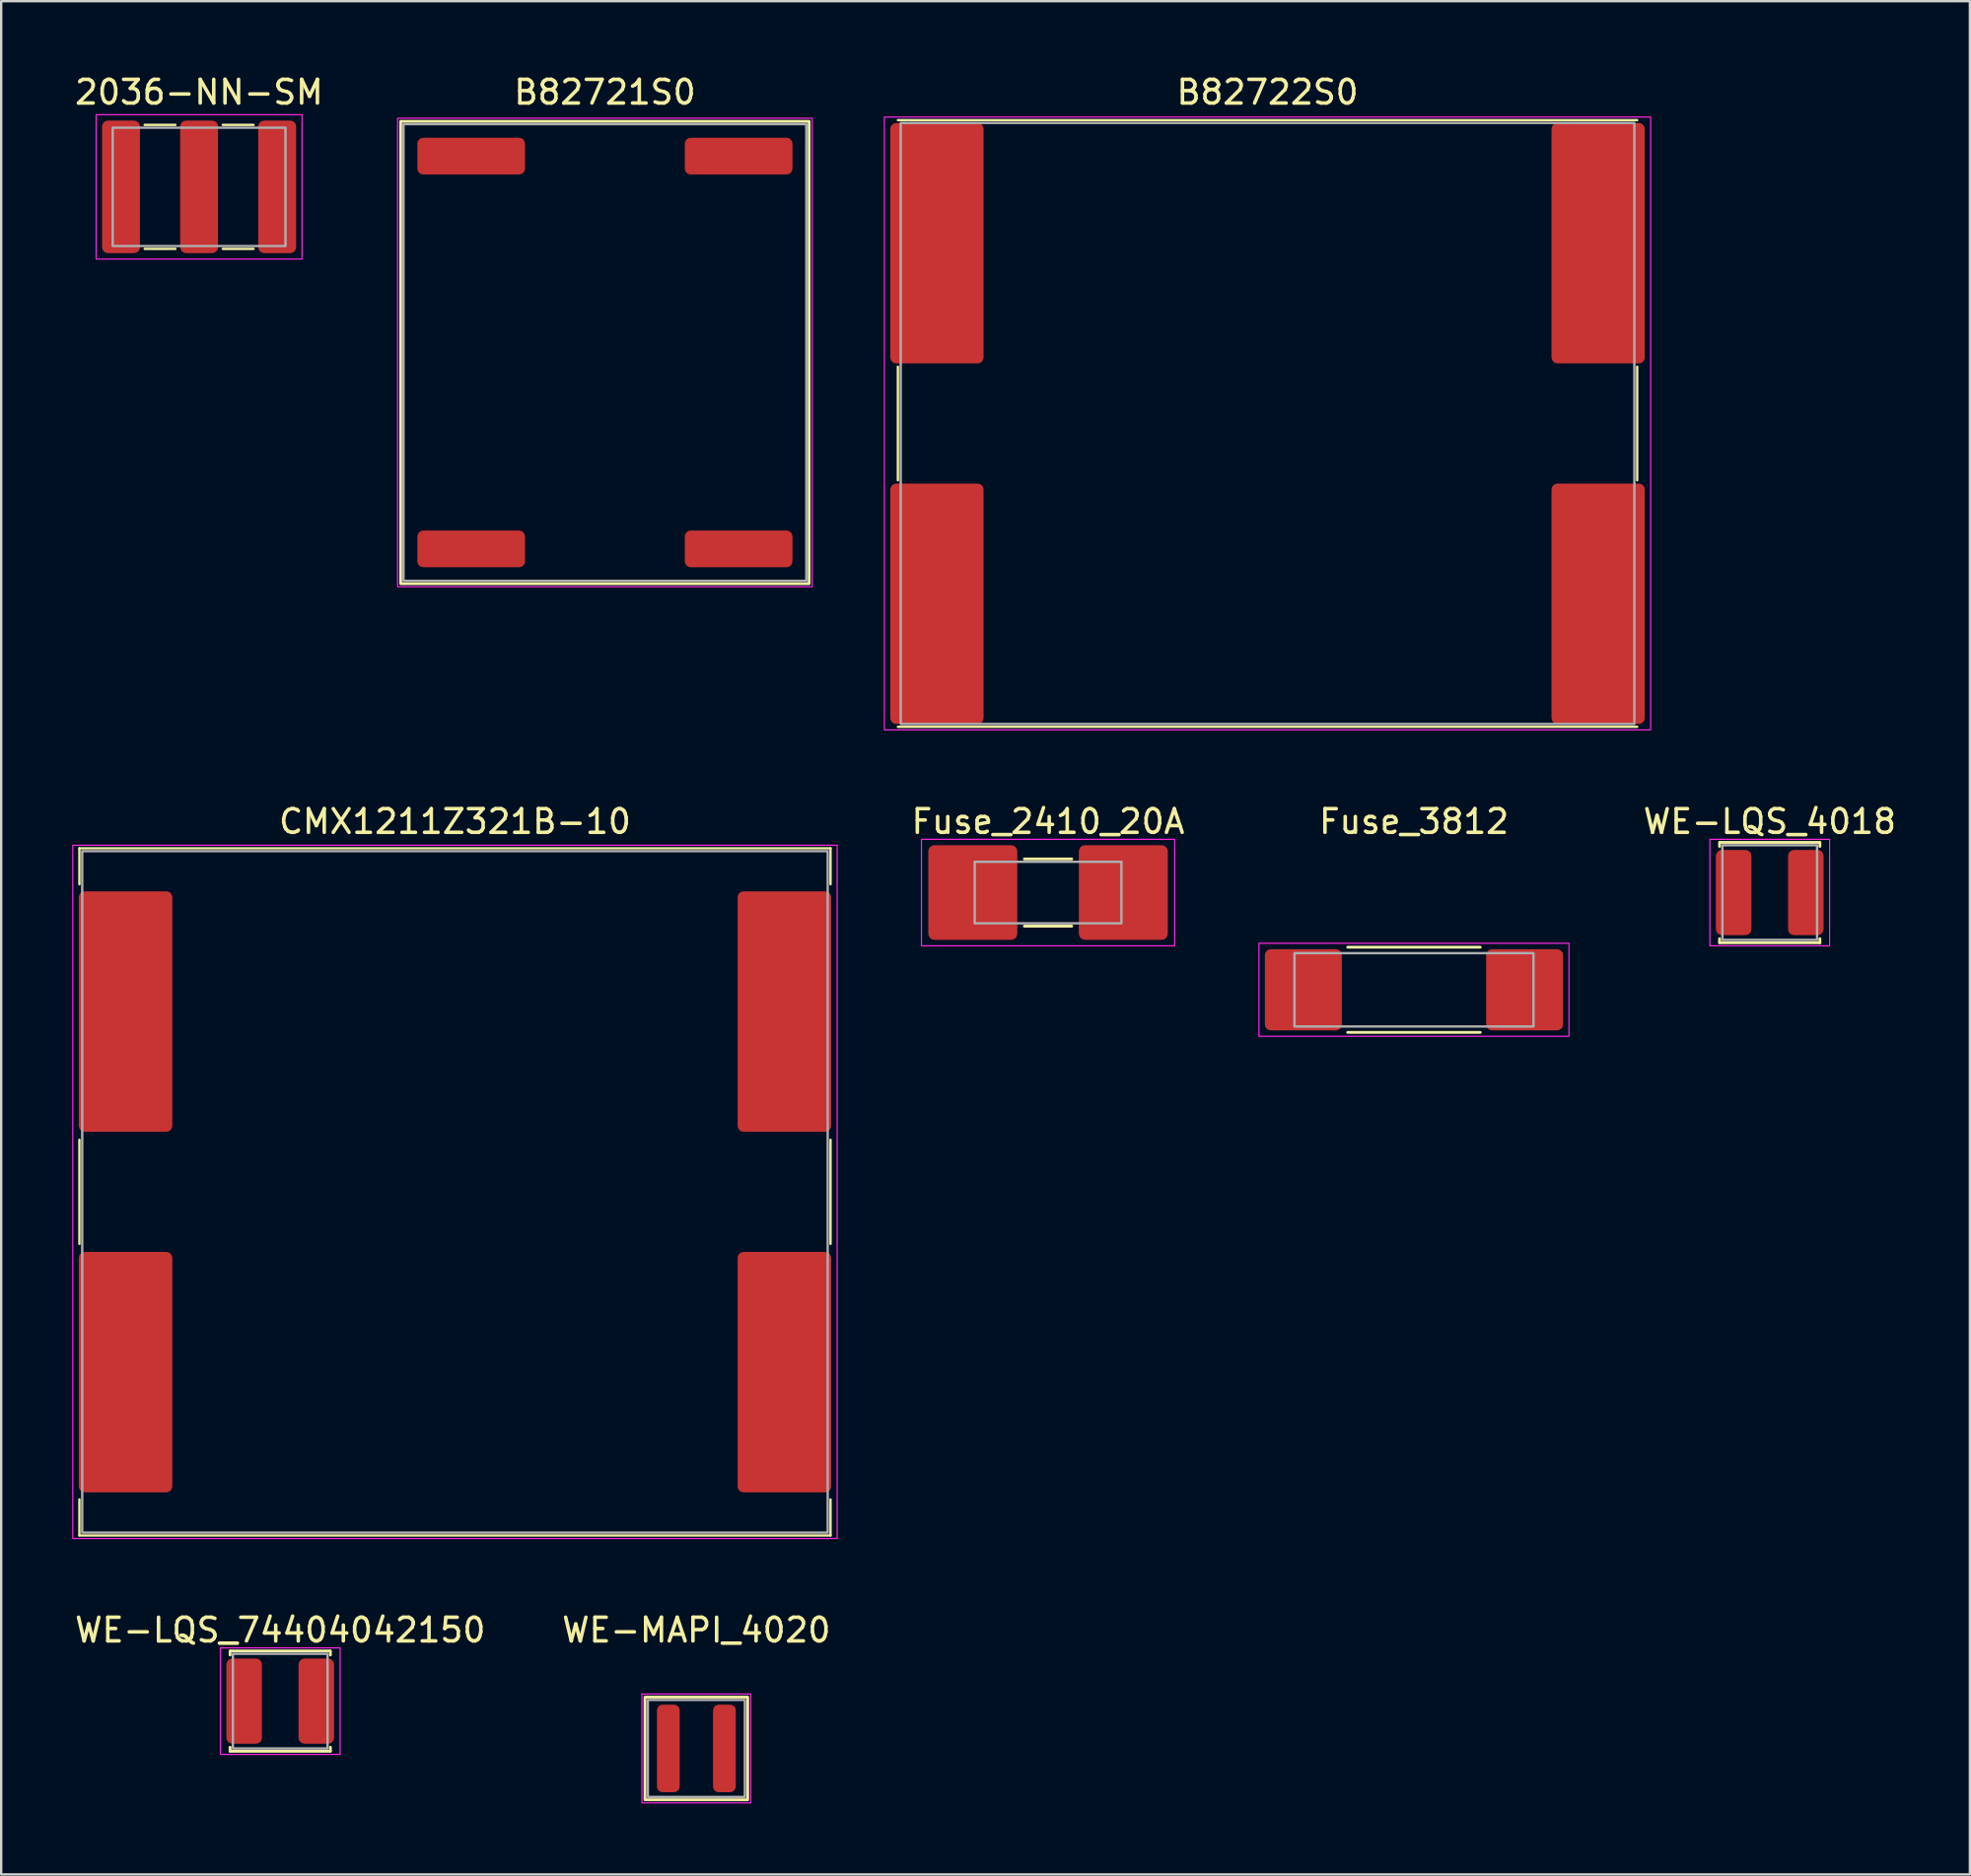
<source format=kicad_pcb>
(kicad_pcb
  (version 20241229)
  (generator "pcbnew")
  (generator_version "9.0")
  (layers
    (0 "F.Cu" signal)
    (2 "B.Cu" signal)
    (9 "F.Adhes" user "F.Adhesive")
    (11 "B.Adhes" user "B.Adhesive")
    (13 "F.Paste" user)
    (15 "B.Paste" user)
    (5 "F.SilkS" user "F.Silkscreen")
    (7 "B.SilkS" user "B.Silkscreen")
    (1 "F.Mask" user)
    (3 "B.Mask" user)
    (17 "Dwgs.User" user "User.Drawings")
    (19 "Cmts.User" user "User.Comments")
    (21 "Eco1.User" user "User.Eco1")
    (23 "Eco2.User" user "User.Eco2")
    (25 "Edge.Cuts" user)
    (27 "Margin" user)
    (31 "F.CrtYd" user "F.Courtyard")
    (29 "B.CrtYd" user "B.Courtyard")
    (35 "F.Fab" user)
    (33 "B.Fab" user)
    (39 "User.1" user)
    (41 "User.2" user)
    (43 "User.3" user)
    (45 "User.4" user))
  (footprint "WE-LQS_4018"
    (layer "F.Cu")
    (at 71.732 34.672)
    (property "Reference" "WE-LQS_4018" (at 0 -3 0) (unlocked yes) (layer "F.SilkS") (effects (font (size 1 1) (thickness 0.15))))
    (attr smd)
    (fp_line (start -2.12 -1.95) (end -2.12 -2.12) (stroke (width 0.12) (type solid)) (layer "F.SilkS"))
    (fp_line (start -2.12 2.12) (end -2.12 1.95) (stroke (width 0.12) (type solid)) (layer "F.SilkS"))
    (fp_line (start -2.12 2.12) (end 2.12 2.12) (stroke (width 0.12) (type solid)) (layer "F.SilkS"))
    (fp_line (start -2.1 -2.12) (end 2.1 -2.12) (stroke (width 0.12) (type solid)) (layer "F.SilkS"))
    (fp_line (start 2.12 -2.12) (end 2.12 -1.95) (stroke (width 0.12) (type solid)) (layer "F.SilkS"))
    (fp_line (start 2.12 2.12) (end 2.12 1.95) (stroke (width 0.12) (type solid)) (layer "F.SilkS"))
    (fp_rect (start -2.53 -2.25) (end 2.53 2.25) (stroke (width 0.05) (type solid)) (fill no) (layer "F.CrtYd"))
    (fp_rect (start -2 -2) (end 2 2) (stroke (width 0.1) (type solid)) (fill no) (layer "F.Fab"))
    (pad "1" smd roundrect (at -1.525 0) (size 1.5 3.6) (layers "F.Cu" "F.Mask" "F.Paste") (roundrect_rratio 0.167))
    (pad "2" smd roundrect (at 1.525 0) (size 1.5 3.6) (layers "F.Cu" "F.Mask" "F.Paste") (roundrect_rratio 0.167)))
  (footprint "2036-NN-SM"
    (layer "F.Cu")
    (at 5.363 4.848)
    (property "Reference" "2036-NN-SM" (at 0 -4 0) (unlocked yes) (layer "F.SilkS") (effects (font (size 1 1) (thickness 0.15))))
    (attr smd)
    (fp_line (start -2.3 -2.62) (end -1 -2.62) (stroke (width 0.1) (type solid)) (layer "F.SilkS"))
    (fp_line (start -1 2.62) (end -2.3 2.62) (stroke (width 0.1) (type solid)) (layer "F.SilkS"))
    (fp_line (start 1 -2.62) (end 2.3 -2.62) (stroke (width 0.1) (type solid)) (layer "F.SilkS"))
    (fp_line (start 2.3 2.62) (end 1 2.62) (stroke (width 0.1) (type solid)) (layer "F.SilkS"))
    (fp_rect (start -4.35 -3.05) (end 4.35 3.05) (stroke (width 0.05) (type solid)) (fill no) (layer "F.CrtYd"))
    (fp_rect (start -3.65 -2.5) (end 3.65 2.5) (stroke (width 0.1) (type solid)) (fill no) (layer "F.Fab"))
    (pad "1" smd roundrect (at -3.3 0) (size 1.6 5.6) (layers "F.Cu" "F.Mask" "F.Paste") (roundrect_rratio 0.156))
    (pad "2" smd roundrect (at 0 0) (size 1.6 5.6) (layers "F.Cu" "F.Mask" "F.Paste") (roundrect_rratio 0.156))
    (pad "3" smd roundrect (at 3.3 0) (size 1.6 5.6) (layers "F.Cu" "F.Mask" "F.Paste") (roundrect_rratio 0.156)))
  (footprint "Fuse_2410_20A"
    (layer "F.Cu")
    (at 41.237 34.672)
    (property "Reference" "Fuse_2410_20A" (at 0 -3 0) (unlocked yes) (layer "F.SilkS") (effects (font (size 1 1) (thickness 0.15))))
    (attr smd)
    (fp_line (start -1 -1.42) (end 1 -1.42) (stroke (width 0.12) (type solid)) (layer "F.SilkS"))
    (fp_line (start -1 1.42) (end 1 1.42) (stroke (width 0.12) (type solid)) (layer "F.SilkS"))
    (fp_rect (start -5.35 -2.25) (end 5.35 2.25) (stroke (width 0.05) (type solid)) (fill no) (layer "F.CrtYd"))
    (fp_rect (start -3.1 -1.3) (end 3.1 1.3) (stroke (width 0.1) (type solid)) (fill no) (layer "F.Fab"))
    (pad "1" smd roundrect (at -3.18 0) (size 3.76 4) (layers "F.Cu" "F.Mask" "F.Paste") (roundrect_rratio 0.069))
    (pad "2" smd roundrect (at 3.18 0) (size 3.76 4) (layers "F.Cu" "F.Mask" "F.Paste") (roundrect_rratio 0.069)))
  (footprint "Fuse_3812"
    (layer "F.Cu")
    (at 56.699 38.783)
    (property "Reference" "Fuse_3812" (at 0 -7.112 0) (unlocked yes) (layer "F.SilkS") (effects (font (size 1 1) (thickness 0.15))))
    (attr smd)
    (fp_line (start -2.8 -1.8) (end 2.8 -1.8) (stroke (width 0.12) (type solid)) (layer "F.SilkS"))
    (fp_line (start -2.8 1.8) (end 2.8 1.8) (stroke (width 0.12) (type solid)) (layer "F.SilkS"))
    (fp_rect (start -6.55 -1.965) (end 6.55 1.965) (stroke (width 0.05) (type solid)) (fill no) (layer "F.CrtYd"))
    (fp_rect (start -5.05 -1.55) (end 5.05 1.55) (stroke (width 0.1) (type solid)) (fill no) (layer "F.Fab"))
    (pad "1" smd roundrect (at -4.675 0) (size 3.25 3.43) (layers "F.Cu" "F.Mask" "F.Paste") (roundrect_rratio 0.077))
    (pad "2" smd roundrect (at 4.675 0) (size 3.25 3.43) (layers "F.Cu" "F.Mask" "F.Paste") (roundrect_rratio 0.077)))
  (footprint "B82721S0"
    (layer "F.Cu")
    (at 22.511 11.848)
    (property "Reference" "B82721S0" (at 0 -11 0) (unlocked yes) (layer "F.SilkS") (effects (font (size 1 1) (thickness 0.15))))
    (attr smd)
    (fp_rect (start -8.63 -9.77) (end 8.63 9.77) (stroke (width 0.12) (type solid)) (fill no) (layer "F.SilkS"))
    (fp_rect (start -8.76 -9.9) (end 8.76 9.9) (stroke (width 0.05) (type solid)) (fill no) (layer "F.CrtYd"))
    (fp_rect (start -8.51 -9.65) (end 8.51 9.65) (stroke (width 0.1) (type solid)) (fill no) (layer "F.Fab"))
    (pad "1" smd roundrect (at -5.65 8.3 90) (size 1.55 4.55) (layers "F.Cu" "F.Mask" "F.Paste") (roundrect_rratio 0.161))
    (pad "2" smd roundrect (at 5.65 8.3 90) (size 1.55 4.55) (layers "F.Cu" "F.Mask" "F.Paste") (roundrect_rratio 0.161))
    (pad "3" smd roundrect (at 5.65 -8.3 90) (size 1.55 4.55) (layers "F.Cu" "F.Mask" "F.Paste") (roundrect_rratio 0.161))
    (pad "4" smd roundrect (at -5.65 -8.3 90) (size 1.55 4.55) (layers "F.Cu" "F.Mask" "F.Paste") (roundrect_rratio 0.161)))
  (footprint "B82722S0"
    (layer "F.Cu")
    (at 50.511 14.848)
    (property "Reference" "B82722S0" (at 0 -14 0) (unlocked yes) (layer "F.SilkS") (effects (font (size 1 1) (thickness 0.15))))
    (attr smd)
    (fp_line (start -15.62 -12.82) (end 15.62 -12.82) (stroke (width 0.1) (type solid)) (layer "F.SilkS"))
    (fp_line (start -15.62 2.4) (end -15.62 -2.4) (stroke (width 0.1) (type solid)) (layer "F.SilkS"))
    (fp_line (start 15.62 -2.4) (end 15.62 2.4) (stroke (width 0.1) (type solid)) (layer "F.SilkS"))
    (fp_line (start 15.62 12.82) (end -15.62 12.82) (stroke (width 0.1) (type solid)) (layer "F.SilkS"))
    (fp_rect (start -16.19 -12.95) (end 16.19 12.95) (stroke (width 0.05) (type solid)) (fill no) (layer "F.CrtYd"))
    (fp_rect (start -15.5 -12.7) (end 15.5 12.7) (stroke (width 0.1) (type solid)) (fill no) (layer "F.Fab"))
    (pad "1" smd roundrect (at 13.97 7.62) (size 3.94 10.16) (layers "F.Cu" "F.Mask" "F.Paste") (roundrect_rratio 0.063))
    (pad "2" smd roundrect (at 13.97 -7.62) (size 3.94 10.16) (layers "F.Cu" "F.Mask" "F.Paste") (roundrect_rratio 0.063))
    (pad "3" smd roundrect (at -13.97 -7.62) (size 3.94 10.16) (layers "F.Cu" "F.Mask" "F.Paste") (roundrect_rratio 0.063))
    (pad "4" smd roundrect (at -13.97 7.62) (size 3.94 10.16) (layers "F.Cu" "F.Mask" "F.Paste") (roundrect_rratio 0.063)))
  (footprint "CMX1211Z321B-10"
    (layer "F.Cu")
    (at 16.175 47.322)
    (property "Reference" "CMX1211Z321B-10" (at 0 -15.65 0) (unlocked yes) (layer "F.SilkS") (effects (font (size 1 1) (thickness 0.15))))
    (attr smd)
    (fp_line (start -15.87 -14.52) (end -15.87 -13) (stroke (width 0.1) (type solid)) (layer "F.SilkS"))
    (fp_line (start -15.87 -2.2) (end -15.87 2.2) (stroke (width 0.1) (type solid)) (layer "F.SilkS"))
    (fp_line (start -15.87 13) (end -15.87 14.52) (stroke (width 0.1) (type solid)) (layer "F.SilkS"))
    (fp_line (start -15.87 14.52) (end 15.87 14.52) (stroke (width 0.1) (type solid)) (layer "F.SilkS"))
    (fp_line (start 15.87 -14.52) (end -15.87 -14.52) (stroke (width 0.1) (type solid)) (layer "F.SilkS"))
    (fp_line (start 15.87 -13) (end 15.87 -14.52) (stroke (width 0.1) (type solid)) (layer "F.SilkS"))
    (fp_line (start 15.87 2.2) (end 15.87 -2.2) (stroke (width 0.1) (type solid)) (layer "F.SilkS"))
    (fp_line (start 15.87 14.52) (end 15.87 13) (stroke (width 0.1) (type solid)) (layer "F.SilkS"))
    (fp_rect (start 16.15 -14.65) (end -16.15 14.65) (stroke (width 0.05) (type solid)) (fill no) (layer "F.CrtYd"))
    (fp_rect (start 15.75 -14.4) (end -15.75 14.4) (stroke (width 0.1) (type solid)) (fill no) (layer "F.Fab"))
    (pad "1" smd roundrect (at -13.92 -7.62) (size 3.95 10.16) (layers "F.Cu" "F.Mask" "F.Paste") (roundrect_rratio 0.063))
    (pad "2" smd roundrect (at -13.92 7.62) (size 3.95 10.16) (layers "F.Cu" "F.Mask" "F.Paste") (roundrect_rratio 0.063))
    (pad "3" smd roundrect (at 13.92 7.62) (size 3.95 10.16) (layers "F.Cu" "F.Mask" "F.Paste") (roundrect_rratio 0.063))
    (pad "4" smd roundrect (at 13.92 -7.62) (size 3.95 10.16) (layers "F.Cu" "F.Mask" "F.Paste") (roundrect_rratio 0.063)))
  (footprint "WE-LQS_74404042150"
    (layer "F.Cu")
    (at 8.792 68.845)
    (property "Reference" "WE-LQS_74404042150" (at 0 -3 0) (unlocked yes) (layer "F.SilkS") (effects (font (size 1 1) (thickness 0.15))))
    (attr smd)
    (fp_line (start -2.12 -1.95) (end -2.12 -2.12) (stroke (width 0.12) (type solid)) (layer "F.SilkS"))
    (fp_line (start -2.12 2.12) (end -2.12 1.95) (stroke (width 0.12) (type solid)) (layer "F.SilkS"))
    (fp_line (start -2.12 2.12) (end 2.12 2.12) (stroke (width 0.12) (type solid)) (layer "F.SilkS"))
    (fp_line (start -2.1 -2.12) (end 2.1 -2.12) (stroke (width 0.12) (type solid)) (layer "F.SilkS"))
    (fp_line (start 2.12 -2.12) (end 2.12 -1.95) (stroke (width 0.12) (type solid)) (layer "F.SilkS"))
    (fp_line (start 2.12 2.12) (end 2.12 1.95) (stroke (width 0.12) (type solid)) (layer "F.SilkS"))
    (fp_rect (start -2.53 -2.25) (end 2.53 2.25) (stroke (width 0.05) (type solid)) (fill no) (layer "F.CrtYd"))
    (fp_rect (start -2 -2) (end 2 2) (stroke (width 0.1) (type solid)) (fill no) (layer "F.Fab"))
    (pad "1" smd roundrect (at -1.525 0) (size 1.5 3.6) (layers "F.Cu" "F.Mask" "F.Paste") (roundrect_rratio 0.167))
    (pad "2" smd roundrect (at 1.525 0) (size 1.5 3.6) (layers "F.Cu" "F.Mask" "F.Paste") (roundrect_rratio 0.167)))
  (footprint "WE-MAPI_4020"
    (layer "F.Cu")
    (at 26.375 70.845)
    (property "Reference" "WE-MAPI_4020" (at 0 -5 0) (unlocked yes) (layer "F.SilkS") (effects (font (size 1 1) (thickness 0.15))))
    (attr smd)
    (fp_rect (start -2.17 -2.17) (end 2.17 2.17) (stroke (width 0.12) (type solid)) (fill no) (layer "F.SilkS"))
    (fp_rect (start -2.3 -2.3) (end 2.3 2.3) (stroke (width 0.05) (type solid)) (fill no) (layer "F.CrtYd"))
    (fp_rect (start -2.05 -2.05) (end 2.05 2.05) (stroke (width 0.1) (type solid)) (fill no) (layer "F.Fab"))
    (pad "1" smd roundrect (at -1.185 0) (size 0.96 3.7) (layers "F.Cu" "F.Mask" "F.Paste") (roundrect_rratio 0.25))
    (pad "2" smd roundrect (at 1.185 0) (size 0.96 3.7) (layers "F.Cu" "F.Mask" "F.Paste") (roundrect_rratio 0.25)))
  (gr_rect
    (start -3 -3)
    (end 80.19 76.17)
    (stroke (width 0.1) (type default))
    (fill no)
    (layer "Edge.Cuts")))
</source>
